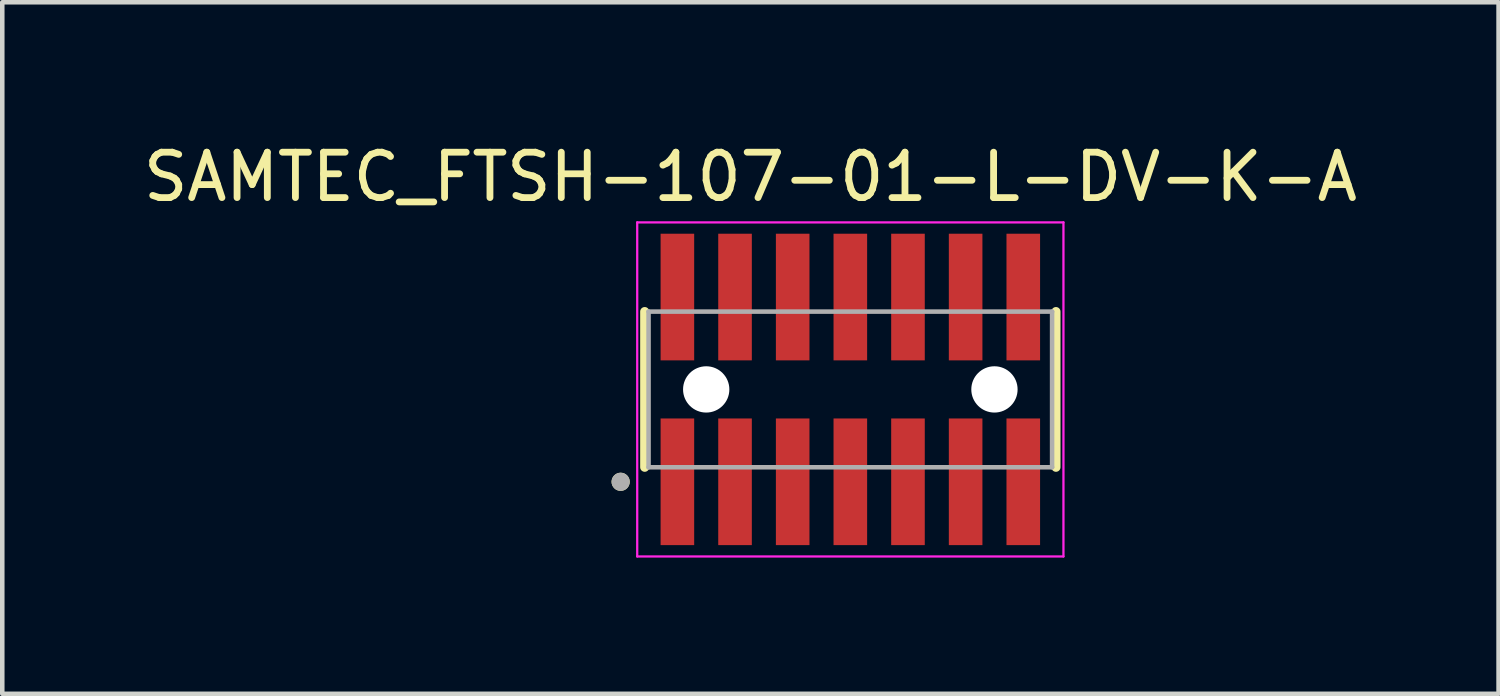
<source format=kicad_pcb>
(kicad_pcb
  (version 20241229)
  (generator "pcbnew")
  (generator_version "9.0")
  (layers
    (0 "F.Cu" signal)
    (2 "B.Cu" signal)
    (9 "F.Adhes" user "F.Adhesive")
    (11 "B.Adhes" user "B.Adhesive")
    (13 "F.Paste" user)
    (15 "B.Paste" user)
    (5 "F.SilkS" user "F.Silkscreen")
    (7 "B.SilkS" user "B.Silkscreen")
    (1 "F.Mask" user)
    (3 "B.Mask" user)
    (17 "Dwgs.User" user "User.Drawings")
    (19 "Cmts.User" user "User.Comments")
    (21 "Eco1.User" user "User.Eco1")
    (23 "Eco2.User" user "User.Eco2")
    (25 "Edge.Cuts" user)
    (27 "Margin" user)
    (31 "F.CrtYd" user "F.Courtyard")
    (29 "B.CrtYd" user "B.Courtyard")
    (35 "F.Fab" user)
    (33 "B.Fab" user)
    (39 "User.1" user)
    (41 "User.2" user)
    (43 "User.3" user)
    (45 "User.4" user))
  (footprint "SAMTEC_FTSH-107-01-L-DV-K-A"
    (layer "F.Cu")
    (at 15.683 5.529)
    (property "Reference" "SAMTEC_FTSH-107-01-L-DV-K-A" (at -2.201 -4.681 0) (layer "F.SilkS") (effects (font (size 1 1) (thickness 0.15))))
    (attr smd)
    (fp_circle (center -3.175 0) (end -2.614 0) (stroke (width 0) (type solid)) (fill yes) (layer "B.Mask"))
    (fp_circle (center 3.175 0) (end 3.736 0) (stroke (width 0) (type solid)) (fill yes) (layer "B.Mask"))
    (fp_line (start -4.53 -1.715) (end -4.53 1.715) (stroke (width 0.2) (type solid)) (layer "F.SilkS"))
    (fp_line (start 4.53 1.715) (end 4.53 -1.715) (stroke (width 0.2) (type solid)) (layer "F.SilkS"))
    (fp_circle (center -5.06 2.035) (end -4.96 2.035) (stroke (width 0.2) (type solid)) (fill no) (layer "F.SilkS"))
    (fp_poly (pts (xy -1.64 -3.427) (xy -0.9 -3.427) (xy -0.9 -0.637) (xy -1.64 -0.637)) (stroke (width 0.01) (type solid)) (fill yes) (layer "F.Paste"))
    (fp_poly (pts (xy -1.64 0.637) (xy -0.9 0.637) (xy -0.9 3.427) (xy -1.64 3.427)) (stroke (width 0.01) (type solid)) (fill yes) (layer "F.Paste"))
    (fp_poly (pts (xy -0.37 -3.427) (xy 0.37 -3.427) (xy 0.37 -0.637) (xy -0.37 -0.637)) (stroke (width 0.01) (type solid)) (fill yes) (layer "F.Paste"))
    (fp_poly (pts (xy -0.37 0.637) (xy 0.37 0.637) (xy 0.37 3.427) (xy -0.37 3.427)) (stroke (width 0.01) (type solid)) (fill yes) (layer "F.Paste"))
    (fp_poly (pts (xy 0.9 -3.427) (xy 1.64 -3.427) (xy 1.64 -0.637) (xy 0.9 -0.637)) (stroke (width 0.01) (type solid)) (fill yes) (layer "F.Paste"))
    (fp_poly (pts (xy 0.9 0.637) (xy 1.64 0.637) (xy 1.64 3.427) (xy 0.9 3.427)) (stroke (width 0.01) (type solid)) (fill yes) (layer "F.Paste"))
    (fp_poly (pts (xy 2.17 -3.427) (xy 2.91 -3.427) (xy 2.91 -0.637) (xy 2.17 -0.637)) (stroke (width 0.01) (type solid)) (fill yes) (layer "F.Paste"))
    (fp_poly (pts (xy 2.17 0.637) (xy 2.91 0.637) (xy 2.91 3.427) (xy 2.17 3.427)) (stroke (width 0.01) (type solid)) (fill yes) (layer "F.Paste"))
    (fp_poly (pts (xy 3.44 -3.427) (xy 4.18 -3.427) (xy 4.18 -0.637) (xy 3.44 -0.637)) (stroke (width 0.01) (type solid)) (fill yes) (layer "F.Paste"))
    (fp_poly (pts (xy 3.44 0.637) (xy 4.18 0.637) (xy 4.18 3.427) (xy 3.44 3.427)) (stroke (width 0.01) (type solid)) (fill yes) (layer "F.Paste"))
    (fp_line (start -4.695 -3.68) (end 4.695 -3.68) (stroke (width 0.05) (type solid)) (layer "F.CrtYd"))
    (fp_line (start -4.695 3.68) (end -4.695 -3.68) (stroke (width 0.05) (type solid)) (layer "F.CrtYd"))
    (fp_line (start 4.695 -3.68) (end 4.695 3.68) (stroke (width 0.05) (type solid)) (layer "F.CrtYd"))
    (fp_line (start 4.695 3.68) (end -4.695 3.68) (stroke (width 0.05) (type solid)) (layer "F.CrtYd"))
    (fp_line (start -4.445 1.715) (end -4.445 -1.715) (stroke (width 0.1) (type solid)) (layer "F.Fab"))
    (fp_line (start -4.445 1.715) (end 4.445 1.715) (stroke (width 0.1) (type solid)) (layer "F.Fab"))
    (fp_line (start 4.445 -1.715) (end -4.445 -1.715) (stroke (width 0.1) (type solid)) (layer "F.Fab"))
    (fp_line (start 4.445 1.715) (end 4.445 -1.715) (stroke (width 0.1) (type solid)) (layer "F.Fab"))
    (fp_circle (center -5.06 2.035) (end -4.96 2.035) (stroke (width 0.2) (type solid)) (fill no) (layer "F.Fab"))
    (pad "" np_thru_hole circle (at -3.175 0) (size 1.02 1.02) (drill 1.02) (layers "*.Cu" "*.Mask"))
    (pad "" np_thru_hole circle (at 3.175 0) (size 1.02 1.02) (drill 1.02) (layers "*.Cu" "*.Mask"))
    (pad "1" smd rect (at -3.81 2.035) (size 0.74 2.79) (layers "F.Cu" "F.Mask" "F.Paste"))
    (pad "2" smd rect (at -3.81 -2.035) (size 0.74 2.79) (layers "F.Cu" "F.Mask" "F.Paste"))
    (pad "3" smd rect (at -2.54 2.035) (size 0.74 2.79) (layers "F.Cu" "F.Mask" "F.Paste"))
    (pad "4" smd rect (at -2.54 -2.035) (size 0.74 2.79) (layers "F.Cu" "F.Mask" "F.Paste"))
    (pad "5" smd rect (at -1.27 2.035) (size 0.74 2.79) (layers "F.Cu" "F.Mask" "F.Paste"))
    (pad "6" smd rect (at -1.27 -2.035) (size 0.74 2.79) (layers "F.Cu" "F.Mask" "F.Paste"))
    (pad "7" smd rect (at 0 2.035) (size 0.74 2.79) (layers "F.Cu" "F.Mask" "F.Paste"))
    (pad "8" smd rect (at 0 -2.035) (size 0.74 2.79) (layers "F.Cu" "F.Mask" "F.Paste"))
    (pad "9" smd rect (at 1.27 2.035) (size 0.74 2.79) (layers "F.Cu" "F.Mask" "F.Paste"))
    (pad "10" smd rect (at 1.27 -2.035) (size 0.74 2.79) (layers "F.Cu" "F.Mask" "F.Paste"))
    (pad "11" smd rect (at 2.54 2.035) (size 0.74 2.79) (layers "F.Cu" "F.Mask" "F.Paste"))
    (pad "12" smd rect (at 2.54 -2.035) (size 0.74 2.79) (layers "F.Cu" "F.Mask" "F.Paste"))
    (pad "13" smd rect (at 3.81 2.035) (size 0.74 2.79) (layers "F.Cu" "F.Mask" "F.Paste"))
    (pad "14" smd rect (at 3.81 -2.035) (size 0.74 2.79) (layers "F.Cu" "F.Mask" "F.Paste")))
  (gr_rect
    (start -3 -3)
    (end 29.964 12.234)
    (stroke (width 0.1) (type default))
    (fill no)
    (layer "Edge.Cuts")))
</source>
